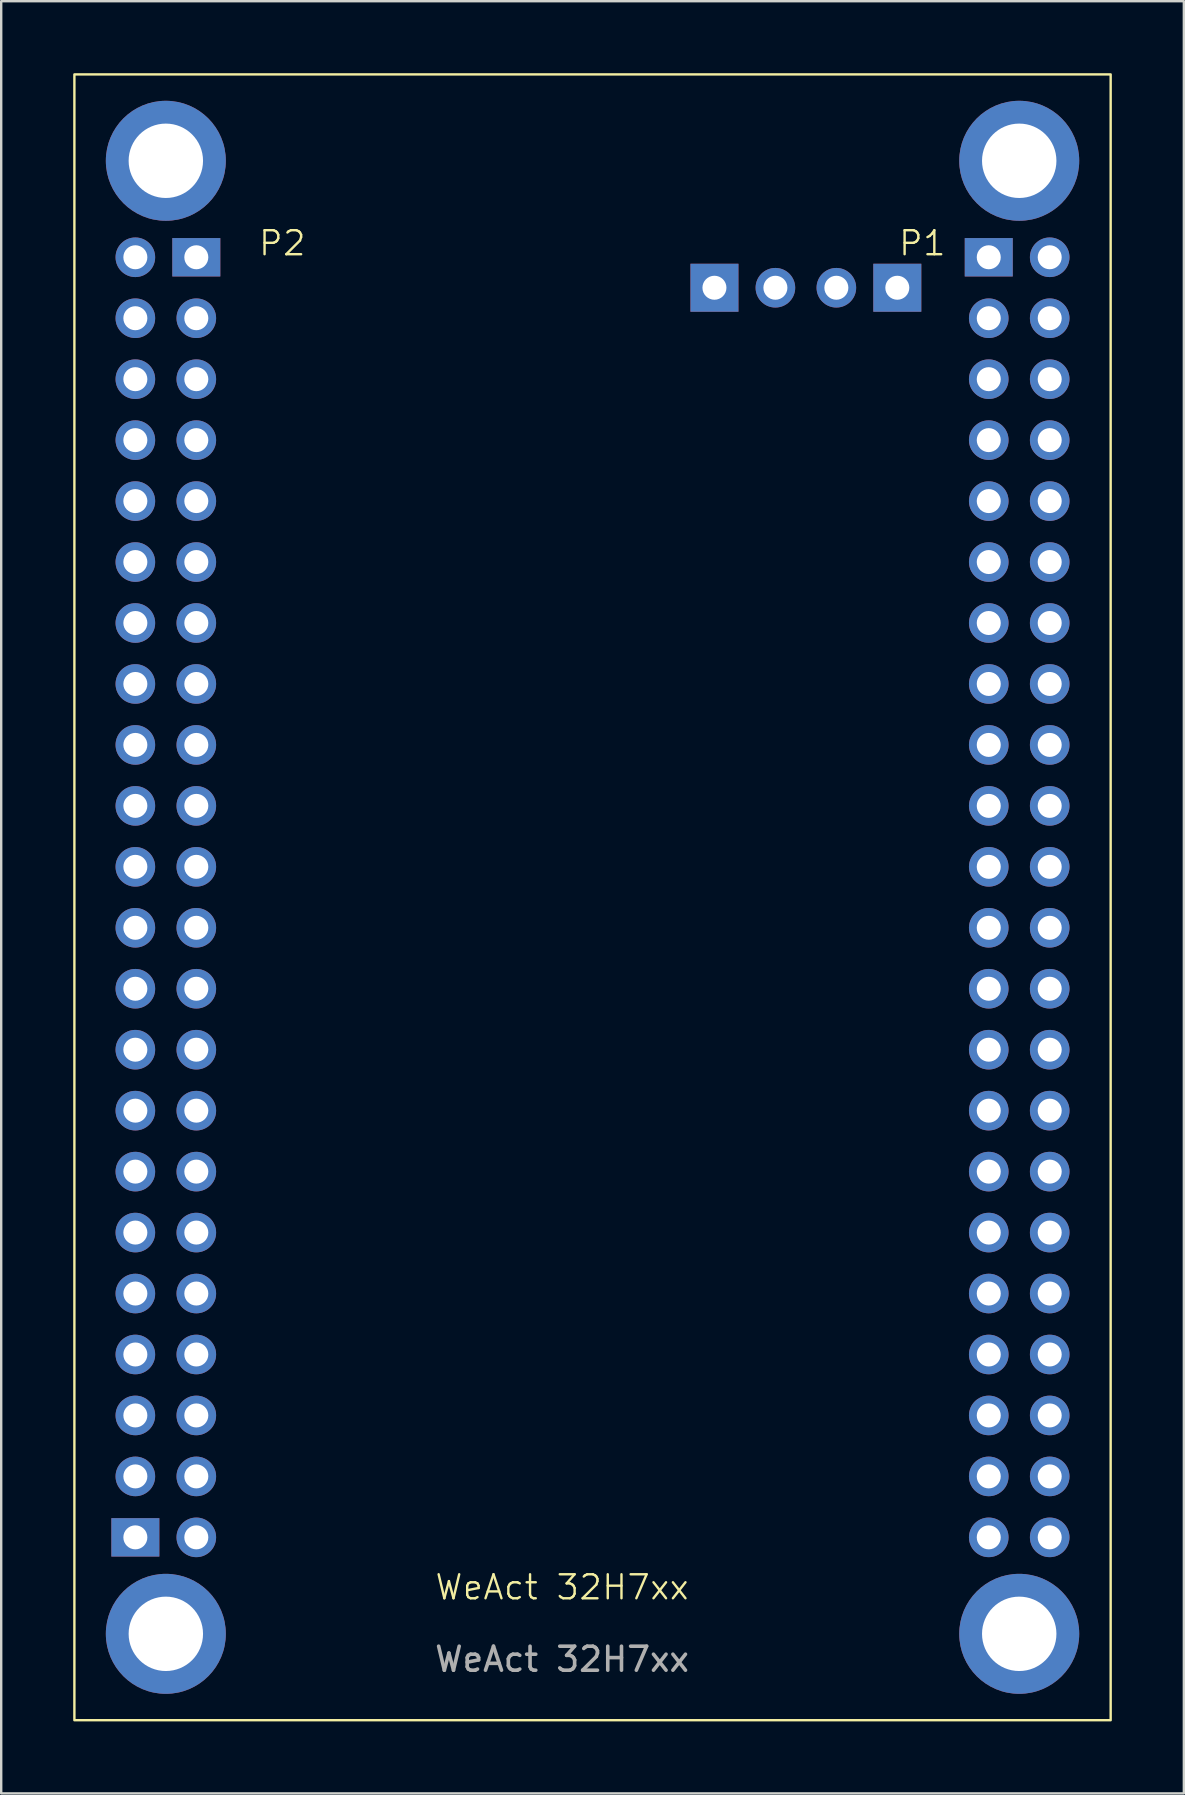
<source format=kicad_pcb>
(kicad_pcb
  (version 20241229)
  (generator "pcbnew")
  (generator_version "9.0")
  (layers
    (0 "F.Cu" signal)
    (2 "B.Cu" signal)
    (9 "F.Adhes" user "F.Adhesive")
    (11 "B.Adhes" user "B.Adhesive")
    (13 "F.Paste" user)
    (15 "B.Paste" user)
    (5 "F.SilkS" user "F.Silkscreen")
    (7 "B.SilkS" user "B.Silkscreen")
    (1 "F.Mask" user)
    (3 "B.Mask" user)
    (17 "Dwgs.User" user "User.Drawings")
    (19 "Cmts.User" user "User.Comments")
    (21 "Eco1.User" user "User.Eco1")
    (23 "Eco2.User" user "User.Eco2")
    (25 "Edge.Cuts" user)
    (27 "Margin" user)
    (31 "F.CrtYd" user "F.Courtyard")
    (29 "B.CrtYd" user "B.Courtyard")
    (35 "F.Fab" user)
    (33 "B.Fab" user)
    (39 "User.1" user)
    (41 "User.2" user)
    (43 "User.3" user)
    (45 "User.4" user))
  (footprint "WeAct 32H7xx"
    (layer "F.Cu")
    (at 38.15 61.01)
    (property "Reference" "WeAct 32H7xx" (at -17.78 2.08 0) (unlocked yes) (layer "F.SilkS") (effects (font (size 1 1) (thickness 0.1))))
    (attr smd)
    (fp_rect (start -38.1 -60.96) (end 5.08 7.62) (stroke (width 0.1) (type default)) (fill no) (layer "F.SilkS"))
    (fp_text user "P2" (at -30.48 -53.34 0) (unlocked yes) (layer "F.SilkS") (effects (font (size 1 1) (thickness 0.1)) (justify left bottom)))
    (fp_text user "P1" (at -3.81 -53.34 0) (unlocked yes) (layer "F.SilkS") (effects (font (size 1 1) (thickness 0.1)) (justify left bottom)))
    (fp_text user "${REFERENCE}" (at -17.78 5.08 0) (unlocked yes) (layer "F.Fab") (effects (font (size 1 1) (thickness 0.15))))
    (pad "0" thru_hole circle (at -34.29 -57.36 4) (size 5 5) (drill 3.1) (property pad_prop_mechanical) (layers "*.Cu" "*.Mask"))
    (pad "0" thru_hole circle (at -34.29 4.02 4) (size 5 5) (drill 3.1) (property pad_prop_mechanical) (layers "*.Cu" "*.Mask"))
    (pad "0" thru_hole circle (at 1.27 -57.36 4) (size 5 5) (drill 3.1) (property pad_prop_mechanical) (layers "*.Cu" "*.Mask"))
    (pad "0" thru_hole circle (at 1.27 4.02 4) (size 5 5) (drill 3.1) (property pad_prop_mechanical) (layers "*.Cu" "*.Mask"))
    (pad "D1" thru_hole rect (at -3.81 -52.07) (size 2 2) (drill 1) (property pad_prop_mechanical) (layers "*.Cu" "*.Mask"))
    (pad "D2" thru_hole circle (at -6.35 -52.07) (size 1.65 1.65) (drill 1) (property pad_prop_mechanical) (layers "*.Cu" "*.Mask"))
    (pad "D3" thru_hole circle (at -8.89 -52.07) (size 1.65 1.65) (drill 1) (property pad_prop_mechanical) (layers "*.Cu" "*.Mask"))
    (pad "D4" thru_hole rect (at -11.43 -52.07) (size 2 2) (drill 1) (property pad_prop_mechanical) (layers "*.Cu" "*.Mask"))
    (pad "P1_1" thru_hole rect (at 0 -53.34) (size 2 1.6) (drill 1) (property pad_prop_mechanical) (layers "*.Cu" "*.Mask"))
    (pad "P1_2" thru_hole circle (at 2.54 -53.34) (size 1.65 1.65) (drill 1) (property pad_prop_mechanical) (layers "*.Cu" "*.Mask"))
    (pad "P1_3" thru_hole circle (at 0 -50.8) (size 1.65 1.65) (drill 1) (property pad_prop_mechanical) (layers "*.Cu" "*.Mask"))
    (pad "P1_4" thru_hole circle (at 2.54 -50.8) (size 1.65 1.65) (drill 1) (property pad_prop_mechanical) (layers "*.Cu" "*.Mask"))
    (pad "P1_5" thru_hole circle (at 0 -48.26) (size 1.65 1.65) (drill 1) (property pad_prop_mechanical) (layers "*.Cu" "*.Mask"))
    (pad "P1_6" thru_hole circle (at 2.54 -48.26) (size 1.65 1.65) (drill 1) (property pad_prop_mechanical) (layers "*.Cu" "*.Mask"))
    (pad "P1_7" thru_hole circle (at 0 -45.72) (size 1.65 1.65) (drill 1) (property pad_prop_mechanical) (layers "*.Cu" "*.Mask"))
    (pad "P1_8" thru_hole circle (at 2.54 -45.72) (size 1.65 1.65) (drill 1) (property pad_prop_mechanical) (layers "*.Cu" "*.Mask"))
    (pad "P1_9" thru_hole circle (at 0 -43.18) (size 1.65 1.65) (drill 1) (property pad_prop_mechanical) (layers "*.Cu" "*.Mask"))
    (pad "P1_10" thru_hole circle (at 2.54 -43.18) (size 1.65 1.65) (drill 1) (property pad_prop_mechanical) (layers "*.Cu" "*.Mask"))
    (pad "P1_11" thru_hole circle (at 0 -40.64) (size 1.65 1.65) (drill 1) (property pad_prop_mechanical) (layers "*.Cu" "*.Mask"))
    (pad "P1_12" thru_hole circle (at 2.54 -40.64) (size 1.65 1.65) (drill 1) (property pad_prop_mechanical) (layers "*.Cu" "*.Mask"))
    (pad "P1_13" thru_hole circle (at 0 -38.1) (size 1.65 1.65) (drill 1) (property pad_prop_mechanical) (layers "*.Cu" "*.Mask"))
    (pad "P1_14" thru_hole circle (at 2.54 -38.1) (size 1.65 1.65) (drill 1) (property pad_prop_mechanical) (layers "*.Cu" "*.Mask"))
    (pad "P1_15" thru_hole circle (at 0 -35.56) (size 1.65 1.65) (drill 1) (property pad_prop_mechanical) (layers "*.Cu" "*.Mask"))
    (pad "P1_16" thru_hole circle (at 2.54 -35.56) (size 1.65 1.65) (drill 1) (property pad_prop_mechanical) (layers "*.Cu" "*.Mask"))
    (pad "P1_17" thru_hole circle (at 0 -33.02) (size 1.65 1.65) (drill 1) (property pad_prop_mechanical) (layers "*.Cu" "*.Mask"))
    (pad "P1_18" thru_hole circle (at 2.54 -33.02) (size 1.65 1.65) (drill 1) (property pad_prop_mechanical) (layers "*.Cu" "*.Mask"))
    (pad "P1_19" thru_hole circle (at 0 -30.48) (size 1.65 1.65) (drill 1) (property pad_prop_mechanical) (layers "*.Cu" "*.Mask"))
    (pad "P1_20" thru_hole circle (at 2.54 -30.48) (size 1.65 1.65) (drill 1) (property pad_prop_mechanical) (layers "*.Cu" "*.Mask"))
    (pad "P1_21" thru_hole circle (at 0 -27.94) (size 1.65 1.65) (drill 1) (property pad_prop_mechanical) (layers "*.Cu" "*.Mask"))
    (pad "P1_22" thru_hole circle (at 2.54 -27.94) (size 1.65 1.65) (drill 1) (property pad_prop_mechanical) (layers "*.Cu" "*.Mask"))
    (pad "P1_23" thru_hole circle (at 0 -25.4) (size 1.65 1.65) (drill 1) (property pad_prop_mechanical) (layers "*.Cu" "*.Mask"))
    (pad "P1_24" thru_hole circle (at 2.54 -25.4) (size 1.65 1.65) (drill 1) (property pad_prop_mechanical) (layers "*.Cu" "*.Mask"))
    (pad "P1_25" thru_hole circle (at 0 -22.86) (size 1.65 1.65) (drill 1) (property pad_prop_mechanical) (layers "*.Cu" "*.Mask"))
    (pad "P1_26" thru_hole circle (at 2.54 -22.86) (size 1.65 1.65) (drill 1) (property pad_prop_mechanical) (layers "*.Cu" "*.Mask"))
    (pad "P1_27" thru_hole circle (at 0 -20.32) (size 1.65 1.65) (drill 1) (property pad_prop_mechanical) (layers "*.Cu" "*.Mask"))
    (pad "P1_28" thru_hole circle (at 2.54 -20.32) (size 1.65 1.65) (drill 1) (property pad_prop_mechanical) (layers "*.Cu" "*.Mask"))
    (pad "P1_29" thru_hole circle (at 0 -17.78) (size 1.65 1.65) (drill 1) (property pad_prop_mechanical) (layers "*.Cu" "*.Mask"))
    (pad "P1_30" thru_hole circle (at 2.54 -17.78) (size 1.65 1.65) (drill 1) (property pad_prop_mechanical) (layers "*.Cu" "*.Mask"))
    (pad "P1_31" thru_hole circle (at 0 -15.24) (size 1.65 1.65) (drill 1) (property pad_prop_mechanical) (layers "*.Cu" "*.Mask"))
    (pad "P1_32" thru_hole circle (at 2.54 -15.24) (size 1.65 1.65) (drill 1) (property pad_prop_mechanical) (layers "*.Cu" "*.Mask"))
    (pad "P1_33" thru_hole circle (at 0 -12.7) (size 1.65 1.65) (drill 1) (property pad_prop_mechanical) (layers "*.Cu" "*.Mask"))
    (pad "P1_34" thru_hole circle (at 2.54 -12.7) (size 1.65 1.65) (drill 1) (property pad_prop_mechanical) (layers "*.Cu" "*.Mask"))
    (pad "P1_35" thru_hole circle (at 0 -10.16) (size 1.65 1.65) (drill 1) (property pad_prop_mechanical) (layers "*.Cu" "*.Mask"))
    (pad "P1_36" thru_hole circle (at 2.54 -10.16) (size 1.65 1.65) (drill 1) (property pad_prop_mechanical) (layers "*.Cu" "*.Mask"))
    (pad "P1_37" thru_hole circle (at 0 -7.62) (size 1.65 1.65) (drill 1) (property pad_prop_mechanical) (layers "*.Cu" "*.Mask"))
    (pad "P1_38" thru_hole circle (at 2.54 -7.62) (size 1.65 1.65) (drill 1) (property pad_prop_mechanical) (layers "*.Cu" "*.Mask"))
    (pad "P1_39" thru_hole circle (at 0 -5.08) (size 1.65 1.65) (drill 1) (property pad_prop_mechanical) (layers "*.Cu" "*.Mask"))
    (pad "P1_40" thru_hole circle (at 2.54 -5.08) (size 1.65 1.65) (drill 1) (property pad_prop_mechanical) (layers "*.Cu" "*.Mask"))
    (pad "P1_41" thru_hole circle (at 0 -2.54) (size 1.65 1.65) (drill 1) (property pad_prop_mechanical) (layers "*.Cu" "*.Mask"))
    (pad "P1_42" thru_hole circle (at 2.54 -2.54) (size 1.65 1.65) (drill 1) (property pad_prop_mechanical) (layers "*.Cu" "*.Mask"))
    (pad "P1_43" thru_hole circle (at 0 0) (size 1.65 1.65) (drill 1) (property pad_prop_mechanical) (layers "*.Cu" "*.Mask"))
    (pad "P1_44" thru_hole circle (at 2.54 0) (size 1.65 1.65) (drill 1) (property pad_prop_mechanical) (layers "*.Cu" "*.Mask"))
    (pad "P2_1" thru_hole rect (at -33.02 -53.34) (size 2 1.6) (drill 1) (property pad_prop_mechanical) (layers "*.Cu" "*.Mask"))
    (pad "P2_2" thru_hole circle (at -35.56 -53.34) (size 1.65 1.65) (drill 1) (property pad_prop_mechanical) (layers "*.Cu" "*.Mask"))
    (pad "P2_3" thru_hole circle (at -33.02 -50.8) (size 1.65 1.65) (drill 1) (property pad_prop_mechanical) (layers "*.Cu" "*.Mask"))
    (pad "P2_4" thru_hole circle (at -35.56 -50.8) (size 1.65 1.65) (drill 1) (property pad_prop_mechanical) (layers "*.Cu" "*.Mask"))
    (pad "P2_5" thru_hole circle (at -33.02 -48.26) (size 1.65 1.65) (drill 1) (property pad_prop_mechanical) (layers "*.Cu" "*.Mask"))
    (pad "P2_6" thru_hole circle (at -35.56 -48.26) (size 1.65 1.65) (drill 1) (property pad_prop_mechanical) (layers "*.Cu" "*.Mask"))
    (pad "P2_7" thru_hole circle (at -33.02 -45.72) (size 1.65 1.65) (drill 1) (property pad_prop_mechanical) (layers "*.Cu" "*.Mask"))
    (pad "P2_8" thru_hole circle (at -35.56 -45.72) (size 1.65 1.65) (drill 1) (property pad_prop_mechanical) (layers "*.Cu" "*.Mask"))
    (pad "P2_9" thru_hole circle (at -33.02 -43.18) (size 1.65 1.65) (drill 1) (property pad_prop_mechanical) (layers "*.Cu" "*.Mask"))
    (pad "P2_10" thru_hole circle (at -35.56 -43.18) (size 1.65 1.65) (drill 1) (property pad_prop_mechanical) (layers "*.Cu" "*.Mask"))
    (pad "P2_11" thru_hole circle (at -33.02 -40.64) (size 1.65 1.65) (drill 1) (property pad_prop_mechanical) (layers "*.Cu" "*.Mask"))
    (pad "P2_12" thru_hole circle (at -35.56 -40.64) (size 1.65 1.65) (drill 1) (property pad_prop_mechanical) (layers "*.Cu" "*.Mask"))
    (pad "P2_13" thru_hole circle (at -33.02 -38.1) (size 1.65 1.65) (drill 1) (property pad_prop_mechanical) (layers "*.Cu" "*.Mask"))
    (pad "P2_14" thru_hole circle (at -35.56 -38.1) (size 1.65 1.65) (drill 1) (property pad_prop_mechanical) (layers "*.Cu" "*.Mask"))
    (pad "P2_15" thru_hole circle (at -33.02 -35.56) (size 1.65 1.65) (drill 1) (property pad_prop_mechanical) (layers "*.Cu" "*.Mask"))
    (pad "P2_16" thru_hole circle (at -35.56 -35.56) (size 1.65 1.65) (drill 1) (property pad_prop_mechanical) (layers "*.Cu" "*.Mask"))
    (pad "P2_17" thru_hole circle (at -33.02 -33.02) (size 1.65 1.65) (drill 1) (property pad_prop_mechanical) (layers "*.Cu" "*.Mask"))
    (pad "P2_18" thru_hole circle (at -35.56 -33.02) (size 1.65 1.65) (drill 1) (property pad_prop_mechanical) (layers "*.Cu" "*.Mask"))
    (pad "P2_19" thru_hole circle (at -33.02 -30.48) (size 1.65 1.65) (drill 1) (property pad_prop_mechanical) (layers "*.Cu" "*.Mask"))
    (pad "P2_20" thru_hole circle (at -35.56 -30.48) (size 1.65 1.65) (drill 1) (property pad_prop_mechanical) (layers "*.Cu" "*.Mask"))
    (pad "P2_21" thru_hole circle (at -33.02 -27.94) (size 1.65 1.65) (drill 1) (property pad_prop_mechanical) (layers "*.Cu" "*.Mask"))
    (pad "P2_22" thru_hole circle (at -35.56 -27.94) (size 1.65 1.65) (drill 1) (property pad_prop_mechanical) (layers "*.Cu" "*.Mask"))
    (pad "P2_23" thru_hole circle (at -33.02 -25.4) (size 1.65 1.65) (drill 1) (property pad_prop_mechanical) (layers "*.Cu" "*.Mask"))
    (pad "P2_24" thru_hole circle (at -35.56 -25.4) (size 1.65 1.65) (drill 1) (property pad_prop_mechanical) (layers "*.Cu" "*.Mask"))
    (pad "P2_25" thru_hole circle (at -33.02 -22.86) (size 1.65 1.65) (drill 1) (property pad_prop_mechanical) (layers "*.Cu" "*.Mask"))
    (pad "P2_26" thru_hole circle (at -35.56 -22.86) (size 1.65 1.65) (drill 1) (property pad_prop_mechanical) (layers "*.Cu" "*.Mask"))
    (pad "P2_27" thru_hole circle (at -33.02 -20.32) (size 1.65 1.65) (drill 1) (property pad_prop_mechanical) (layers "*.Cu" "*.Mask"))
    (pad "P2_28" thru_hole circle (at -35.56 -20.32) (size 1.65 1.65) (drill 1) (property pad_prop_mechanical) (layers "*.Cu" "*.Mask"))
    (pad "P2_29" thru_hole circle (at -33.02 -17.78) (size 1.65 1.65) (drill 1) (property pad_prop_mechanical) (layers "*.Cu" "*.Mask"))
    (pad "P2_30" thru_hole circle (at -35.56 -17.78) (size 1.65 1.65) (drill 1) (property pad_prop_mechanical) (layers "*.Cu" "*.Mask"))
    (pad "P2_31" thru_hole circle (at -33.02 -15.24) (size 1.65 1.65) (drill 1) (property pad_prop_mechanical) (layers "*.Cu" "*.Mask"))
    (pad "P2_32" thru_hole circle (at -35.56 -15.24) (size 1.65 1.65) (drill 1) (property pad_prop_mechanical) (layers "*.Cu" "*.Mask"))
    (pad "P2_33" thru_hole circle (at -33.02 -12.7) (size 1.65 1.65) (drill 1) (property pad_prop_mechanical) (layers "*.Cu" "*.Mask"))
    (pad "P2_34" thru_hole circle (at -35.56 -12.7) (size 1.65 1.65) (drill 1) (property pad_prop_mechanical) (layers "*.Cu" "*.Mask"))
    (pad "P2_35" thru_hole circle (at -33.02 -10.16) (size 1.65 1.65) (drill 1) (property pad_prop_mechanical) (layers "*.Cu" "*.Mask"))
    (pad "P2_36" thru_hole circle (at -35.56 -10.16) (size 1.65 1.65) (drill 1) (property pad_prop_mechanical) (layers "*.Cu" "*.Mask"))
    (pad "P2_37" thru_hole circle (at -33.02 -7.62) (size 1.65 1.65) (drill 1) (property pad_prop_mechanical) (layers "*.Cu" "*.Mask"))
    (pad "P2_38" thru_hole circle (at -35.56 -7.62) (size 1.65 1.65) (drill 1) (property pad_prop_mechanical) (layers "*.Cu" "*.Mask"))
    (pad "P2_39" thru_hole circle (at -33.02 -5.08) (size 1.65 1.65) (drill 1) (property pad_prop_mechanical) (layers "*.Cu" "*.Mask"))
    (pad "P2_40" thru_hole circle (at -35.56 -5.08) (size 1.65 1.65) (drill 1) (property pad_prop_mechanical) (layers "*.Cu" "*.Mask"))
    (pad "P2_41" thru_hole circle (at -33.02 -2.54) (size 1.65 1.65) (drill 1) (property pad_prop_mechanical) (layers "*.Cu" "*.Mask"))
    (pad "P2_42" thru_hole circle (at -35.56 -2.54) (size 1.65 1.65) (drill 1) (property pad_prop_mechanical) (layers "*.Cu" "*.Mask"))
    (pad "P2_43" thru_hole circle (at -33.02 0) (size 1.65 1.65) (drill 1) (property pad_prop_mechanical) (layers "*.Cu" "*.Mask"))
    (pad "P2_44" thru_hole rect (at -35.56 0) (size 2 1.6) (drill 1) (property pad_prop_mechanical) (layers "*.Cu" "*.Mask")))
  (gr_rect
    (start -3 -3)
    (end 46.28 71.68)
    (stroke (width 0.1) (type default))
    (fill no)
    (layer "Edge.Cuts")))
</source>
